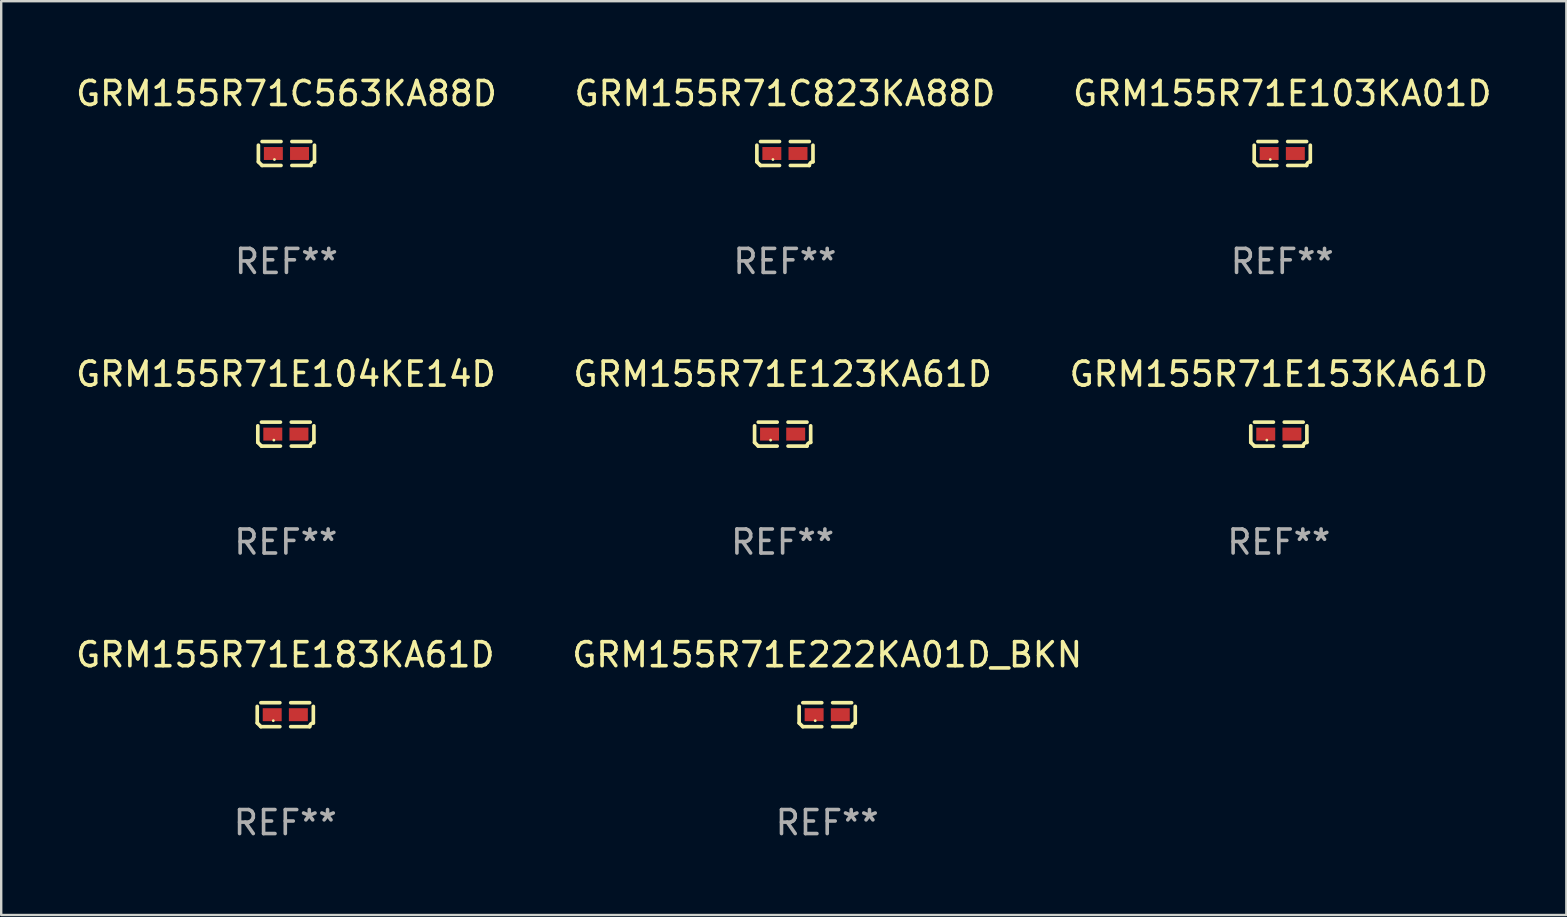
<source format=kicad_pcb>
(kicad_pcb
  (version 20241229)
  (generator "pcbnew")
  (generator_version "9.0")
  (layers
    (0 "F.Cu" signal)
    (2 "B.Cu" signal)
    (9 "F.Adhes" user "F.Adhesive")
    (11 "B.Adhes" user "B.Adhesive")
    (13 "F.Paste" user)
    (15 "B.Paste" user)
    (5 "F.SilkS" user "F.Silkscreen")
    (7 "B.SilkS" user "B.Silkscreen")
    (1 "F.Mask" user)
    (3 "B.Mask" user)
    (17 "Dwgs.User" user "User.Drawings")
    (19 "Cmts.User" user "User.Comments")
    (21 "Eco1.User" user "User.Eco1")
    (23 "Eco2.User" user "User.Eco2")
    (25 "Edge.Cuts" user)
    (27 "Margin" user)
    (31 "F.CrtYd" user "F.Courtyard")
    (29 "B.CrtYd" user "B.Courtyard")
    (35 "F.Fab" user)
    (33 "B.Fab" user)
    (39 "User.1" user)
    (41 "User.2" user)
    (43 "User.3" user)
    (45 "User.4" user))
  (footprint "GRM155R71C563KA88D"
    (layer "F.Cu")
    (at 8.887 3.347)
    (property "Reference" "GRM155R71C563KA88D" (at 0 -2.499 0) (layer "F.SilkS") (effects (font (size 1 1) (thickness 0.15))))
    (attr through_hole)
    (fp_line (start -1.169 0.346) (end -1.169 -0.346) (stroke (width 0.152) (type solid)) (layer "F.SilkS"))
    (fp_line (start -1.016 -0.499) (end -0.226 -0.499) (stroke (width 0.152) (type solid)) (layer "F.SilkS"))
    (fp_line (start -0.226 0.499) (end -1.016 0.499) (stroke (width 0.152) (type solid)) (layer "F.SilkS"))
    (fp_line (start 0.226 0.499) (end 1.016 0.499) (stroke (width 0.152) (type solid)) (layer "F.SilkS"))
    (fp_line (start 1.016 -0.499) (end 0.226 -0.499) (stroke (width 0.152) (type solid)) (layer "F.SilkS"))
    (fp_line (start 1.169 0.346) (end 1.169 -0.346) (stroke (width 0.152) (type solid)) (layer "F.SilkS"))
    (fp_arc (start -1.016307 0.498603) (mid -1.092512 0.422405) (end -1.16871 0.3462) (stroke (width 0.1524) (type solid)) (layer "F.SilkS"))
    (fp_arc (start 1.016307 0.498603) (mid 1.060899 0.390758) (end 1.168707 0.346076) (stroke (width 0.1524) (type solid)) (layer "F.SilkS"))
    (fp_circle (center -0.5 0.25) (end -0.47 0.25) (stroke (width 0.06) (type solid)) (fill no) (layer "F.SilkS"))
    (fp_text user "REF**" (at 0 4.499 0) (layer "F.Fab") (effects (font (size 1 1) (thickness 0.15))))
    (pad "1" smd rect (at -0.545 0) (size 0.79 0.54) (layers "F.Cu" "F.Mask" "F.Paste"))
    (pad "2" smd rect (at 0.545 0) (size 0.79 0.54) (layers "F.Cu" "F.Mask" "F.Paste")))
  (footprint "GRM155R71E153KA61D"
    (layer "F.Cu")
    (at 50.244 15.041)
    (property "Reference" "GRM155R71E153KA61D" (at 0 -2.499 0) (layer "F.SilkS") (effects (font (size 1 1) (thickness 0.15))))
    (attr through_hole)
    (fp_line (start -1.169 0.346) (end -1.169 -0.346) (stroke (width 0.152) (type solid)) (layer "F.SilkS"))
    (fp_line (start -1.016 -0.499) (end -0.226 -0.499) (stroke (width 0.152) (type solid)) (layer "F.SilkS"))
    (fp_line (start -0.226 0.499) (end -1.016 0.499) (stroke (width 0.152) (type solid)) (layer "F.SilkS"))
    (fp_line (start 0.226 0.499) (end 1.016 0.499) (stroke (width 0.152) (type solid)) (layer "F.SilkS"))
    (fp_line (start 1.016 -0.499) (end 0.226 -0.499) (stroke (width 0.152) (type solid)) (layer "F.SilkS"))
    (fp_line (start 1.169 0.346) (end 1.169 -0.346) (stroke (width 0.152) (type solid)) (layer "F.SilkS"))
    (fp_arc (start -1.016307 0.498603) (mid -1.092512 0.422405) (end -1.16871 0.3462) (stroke (width 0.1524) (type solid)) (layer "F.SilkS"))
    (fp_arc (start 1.016307 0.498603) (mid 1.060899 0.390758) (end 1.168707 0.346076) (stroke (width 0.1524) (type solid)) (layer "F.SilkS"))
    (fp_circle (center -0.5 0.25) (end -0.47 0.25) (stroke (width 0.06) (type solid)) (fill no) (layer "F.SilkS"))
    (fp_text user "REF**" (at 0 4.499 0) (layer "F.Fab") (effects (font (size 1 1) (thickness 0.15))))
    (pad "1" smd rect (at -0.545 0) (size 0.79 0.54) (layers "F.Cu" "F.Mask" "F.Paste"))
    (pad "2" smd rect (at 0.545 0) (size 0.79 0.54) (layers "F.Cu" "F.Mask" "F.Paste")))
  (footprint "GRM155R71E123KA61D"
    (layer "F.Cu")
    (at 29.565 15.041)
    (property "Reference" "GRM155R71E123KA61D" (at 0 -2.499 0) (layer "F.SilkS") (effects (font (size 1 1) (thickness 0.15))))
    (attr through_hole)
    (fp_line (start -1.169 0.346) (end -1.169 -0.346) (stroke (width 0.152) (type solid)) (layer "F.SilkS"))
    (fp_line (start -1.016 -0.499) (end -0.226 -0.499) (stroke (width 0.152) (type solid)) (layer "F.SilkS"))
    (fp_line (start -0.226 0.499) (end -1.016 0.499) (stroke (width 0.152) (type solid)) (layer "F.SilkS"))
    (fp_line (start 0.226 0.499) (end 1.016 0.499) (stroke (width 0.152) (type solid)) (layer "F.SilkS"))
    (fp_line (start 1.016 -0.499) (end 0.226 -0.499) (stroke (width 0.152) (type solid)) (layer "F.SilkS"))
    (fp_line (start 1.169 0.346) (end 1.169 -0.346) (stroke (width 0.152) (type solid)) (layer "F.SilkS"))
    (fp_arc (start -1.016307 0.498603) (mid -1.092512 0.422405) (end -1.16871 0.3462) (stroke (width 0.1524) (type solid)) (layer "F.SilkS"))
    (fp_arc (start 1.016307 0.498603) (mid 1.060899 0.390758) (end 1.168707 0.346076) (stroke (width 0.1524) (type solid)) (layer "F.SilkS"))
    (fp_circle (center -0.5 0.25) (end -0.47 0.25) (stroke (width 0.06) (type solid)) (fill no) (layer "F.SilkS"))
    (fp_text user "REF**" (at 0 4.499 0) (layer "F.Fab") (effects (font (size 1 1) (thickness 0.15))))
    (pad "1" smd rect (at -0.545 0) (size 0.79 0.54) (layers "F.Cu" "F.Mask" "F.Paste"))
    (pad "2" smd rect (at 0.545 0) (size 0.79 0.54) (layers "F.Cu" "F.Mask" "F.Paste")))
  (footprint "GRM155R71E183KA61D"
    (layer "F.Cu")
    (at 8.839 26.734)
    (property "Reference" "GRM155R71E183KA61D" (at 0 -2.499 0) (layer "F.SilkS") (effects (font (size 1 1) (thickness 0.15))))
    (attr through_hole)
    (fp_line (start -1.169 0.346) (end -1.169 -0.346) (stroke (width 0.152) (type solid)) (layer "F.SilkS"))
    (fp_line (start -1.016 -0.499) (end -0.226 -0.499) (stroke (width 0.152) (type solid)) (layer "F.SilkS"))
    (fp_line (start -0.226 0.499) (end -1.016 0.499) (stroke (width 0.152) (type solid)) (layer "F.SilkS"))
    (fp_line (start 0.226 0.499) (end 1.016 0.499) (stroke (width 0.152) (type solid)) (layer "F.SilkS"))
    (fp_line (start 1.016 -0.499) (end 0.226 -0.499) (stroke (width 0.152) (type solid)) (layer "F.SilkS"))
    (fp_line (start 1.169 0.346) (end 1.169 -0.346) (stroke (width 0.152) (type solid)) (layer "F.SilkS"))
    (fp_arc (start -1.016307 0.498603) (mid -1.092512 0.422405) (end -1.16871 0.3462) (stroke (width 0.1524) (type solid)) (layer "F.SilkS"))
    (fp_arc (start 1.016307 0.498603) (mid 1.060899 0.390758) (end 1.168707 0.346076) (stroke (width 0.1524) (type solid)) (layer "F.SilkS"))
    (fp_circle (center -0.5 0.25) (end -0.47 0.25) (stroke (width 0.06) (type solid)) (fill no) (layer "F.SilkS"))
    (fp_text user "REF**" (at 0 4.499 0) (layer "F.Fab") (effects (font (size 1 1) (thickness 0.15))))
    (pad "1" smd rect (at -0.545 0) (size 0.79 0.54) (layers "F.Cu" "F.Mask" "F.Paste"))
    (pad "2" smd rect (at 0.545 0) (size 0.79 0.54) (layers "F.Cu" "F.Mask" "F.Paste")))
  (footprint "GRM155R71E222KA01D_BKN"
    (layer "F.Cu")
    (at 31.423 26.734)
    (property "Reference" "GRM155R71E222KA01D_BKN" (at 0 -2.499 0) (layer "F.SilkS") (effects (font (size 1 1) (thickness 0.15))))
    (attr through_hole)
    (fp_line (start -1.169 0.346) (end -1.169 -0.346) (stroke (width 0.152) (type solid)) (layer "F.SilkS"))
    (fp_line (start -1.016 -0.499) (end -0.226 -0.499) (stroke (width 0.152) (type solid)) (layer "F.SilkS"))
    (fp_line (start -0.226 0.499) (end -1.016 0.499) (stroke (width 0.152) (type solid)) (layer "F.SilkS"))
    (fp_line (start 0.226 0.499) (end 1.016 0.499) (stroke (width 0.152) (type solid)) (layer "F.SilkS"))
    (fp_line (start 1.016 -0.499) (end 0.226 -0.499) (stroke (width 0.152) (type solid)) (layer "F.SilkS"))
    (fp_line (start 1.169 0.346) (end 1.169 -0.346) (stroke (width 0.152) (type solid)) (layer "F.SilkS"))
    (fp_arc (start -1.016307 0.498603) (mid -1.092512 0.422405) (end -1.16871 0.3462) (stroke (width 0.1524) (type solid)) (layer "F.SilkS"))
    (fp_arc (start 1.016307 0.498603) (mid 1.060899 0.390758) (end 1.168707 0.346076) (stroke (width 0.1524) (type solid)) (layer "F.SilkS"))
    (fp_circle (center -0.5 0.25) (end -0.47 0.25) (stroke (width 0.06) (type solid)) (fill no) (layer "F.SilkS"))
    (fp_text user "REF**" (at 0 4.499 0) (layer "F.Fab") (effects (font (size 1 1) (thickness 0.15))))
    (pad "1" smd rect (at -0.545 0) (size 0.79 0.54) (layers "F.Cu" "F.Mask" "F.Paste"))
    (pad "2" smd rect (at 0.545 0) (size 0.79 0.54) (layers "F.Cu" "F.Mask" "F.Paste")))
  (footprint "GRM155R71E104KE14D"
    (layer "F.Cu")
    (at 8.863 15.041)
    (property "Reference" "GRM155R71E104KE14D" (at 0 -2.499 0) (layer "F.SilkS") (effects (font (size 1 1) (thickness 0.15))))
    (attr through_hole)
    (fp_line (start -1.169 0.346) (end -1.169 -0.346) (stroke (width 0.152) (type solid)) (layer "F.SilkS"))
    (fp_line (start -1.016 -0.499) (end -0.226 -0.499) (stroke (width 0.152) (type solid)) (layer "F.SilkS"))
    (fp_line (start -0.226 0.499) (end -1.016 0.499) (stroke (width 0.152) (type solid)) (layer "F.SilkS"))
    (fp_line (start 0.226 0.499) (end 1.016 0.499) (stroke (width 0.152) (type solid)) (layer "F.SilkS"))
    (fp_line (start 1.016 -0.499) (end 0.226 -0.499) (stroke (width 0.152) (type solid)) (layer "F.SilkS"))
    (fp_line (start 1.169 0.346) (end 1.169 -0.346) (stroke (width 0.152) (type solid)) (layer "F.SilkS"))
    (fp_arc (start -1.016307 0.498603) (mid -1.092512 0.422405) (end -1.16871 0.3462) (stroke (width 0.1524) (type solid)) (layer "F.SilkS"))
    (fp_arc (start 1.016307 0.498603) (mid 1.060899 0.390758) (end 1.168707 0.346076) (stroke (width 0.1524) (type solid)) (layer "F.SilkS"))
    (fp_circle (center -0.5 0.25) (end -0.47 0.25) (stroke (width 0.06) (type solid)) (fill no) (layer "F.SilkS"))
    (fp_text user "REF**" (at 0 4.499 0) (layer "F.Fab") (effects (font (size 1 1) (thickness 0.15))))
    (pad "1" smd rect (at -0.545 0) (size 0.79 0.54) (layers "F.Cu" "F.Mask" "F.Paste"))
    (pad "2" smd rect (at 0.545 0) (size 0.79 0.54) (layers "F.Cu" "F.Mask" "F.Paste")))
  (footprint "GRM155R71C823KA88D"
    (layer "F.Cu")
    (at 29.661 3.347)
    (property "Reference" "GRM155R71C823KA88D" (at 0 -2.499 0) (layer "F.SilkS") (effects (font (size 1 1) (thickness 0.15))))
    (attr through_hole)
    (fp_line (start -1.169 0.346) (end -1.169 -0.346) (stroke (width 0.152) (type solid)) (layer "F.SilkS"))
    (fp_line (start -1.016 -0.499) (end -0.226 -0.499) (stroke (width 0.152) (type solid)) (layer "F.SilkS"))
    (fp_line (start -0.226 0.499) (end -1.016 0.499) (stroke (width 0.152) (type solid)) (layer "F.SilkS"))
    (fp_line (start 0.226 0.499) (end 1.016 0.499) (stroke (width 0.152) (type solid)) (layer "F.SilkS"))
    (fp_line (start 1.016 -0.499) (end 0.226 -0.499) (stroke (width 0.152) (type solid)) (layer "F.SilkS"))
    (fp_line (start 1.169 0.346) (end 1.169 -0.346) (stroke (width 0.152) (type solid)) (layer "F.SilkS"))
    (fp_arc (start -1.016307 0.498603) (mid -1.092512 0.422405) (end -1.16871 0.3462) (stroke (width 0.1524) (type solid)) (layer "F.SilkS"))
    (fp_arc (start 1.016307 0.498603) (mid 1.060899 0.390758) (end 1.168707 0.346076) (stroke (width 0.1524) (type solid)) (layer "F.SilkS"))
    (fp_circle (center -0.5 0.25) (end -0.47 0.25) (stroke (width 0.06) (type solid)) (fill no) (layer "F.SilkS"))
    (fp_text user "REF**" (at 0 4.499 0) (layer "F.Fab") (effects (font (size 1 1) (thickness 0.15))))
    (pad "1" smd rect (at -0.545 0) (size 0.79 0.54) (layers "F.Cu" "F.Mask" "F.Paste"))
    (pad "2" smd rect (at 0.545 0) (size 0.79 0.54) (layers "F.Cu" "F.Mask" "F.Paste")))
  (footprint "GRM155R71E103KA01D"
    (layer "F.Cu")
    (at 50.387 3.347)
    (property "Reference" "GRM155R71E103KA01D" (at 0 -2.499 0) (layer "F.SilkS") (effects (font (size 1 1) (thickness 0.15))))
    (attr through_hole)
    (fp_line (start -1.169 0.346) (end -1.169 -0.346) (stroke (width 0.152) (type solid)) (layer "F.SilkS"))
    (fp_line (start -1.016 -0.499) (end -0.226 -0.499) (stroke (width 0.152) (type solid)) (layer "F.SilkS"))
    (fp_line (start -0.226 0.499) (end -1.016 0.499) (stroke (width 0.152) (type solid)) (layer "F.SilkS"))
    (fp_line (start 0.226 0.499) (end 1.016 0.499) (stroke (width 0.152) (type solid)) (layer "F.SilkS"))
    (fp_line (start 1.016 -0.499) (end 0.226 -0.499) (stroke (width 0.152) (type solid)) (layer "F.SilkS"))
    (fp_line (start 1.169 0.346) (end 1.169 -0.346) (stroke (width 0.152) (type solid)) (layer "F.SilkS"))
    (fp_arc (start -1.016307 0.498603) (mid -1.092512 0.422405) (end -1.16871 0.3462) (stroke (width 0.1524) (type solid)) (layer "F.SilkS"))
    (fp_arc (start 1.016307 0.498603) (mid 1.060899 0.390758) (end 1.168707 0.346076) (stroke (width 0.1524) (type solid)) (layer "F.SilkS"))
    (fp_circle (center -0.5 0.25) (end -0.47 0.25) (stroke (width 0.06) (type solid)) (fill no) (layer "F.SilkS"))
    (fp_text user "REF**" (at 0 4.499 0) (layer "F.Fab") (effects (font (size 1 1) (thickness 0.15))))
    (pad "1" smd rect (at -0.545 0) (size 0.79 0.54) (layers "F.Cu" "F.Mask" "F.Paste"))
    (pad "2" smd rect (at 0.545 0) (size 0.79 0.54) (layers "F.Cu" "F.Mask" "F.Paste")))
  (gr_rect
    (start -3 -3)
    (end 62.226 35.081)
    (stroke (width 0.1) (type default))
    (fill no)
    (layer "Edge.Cuts")))
</source>
